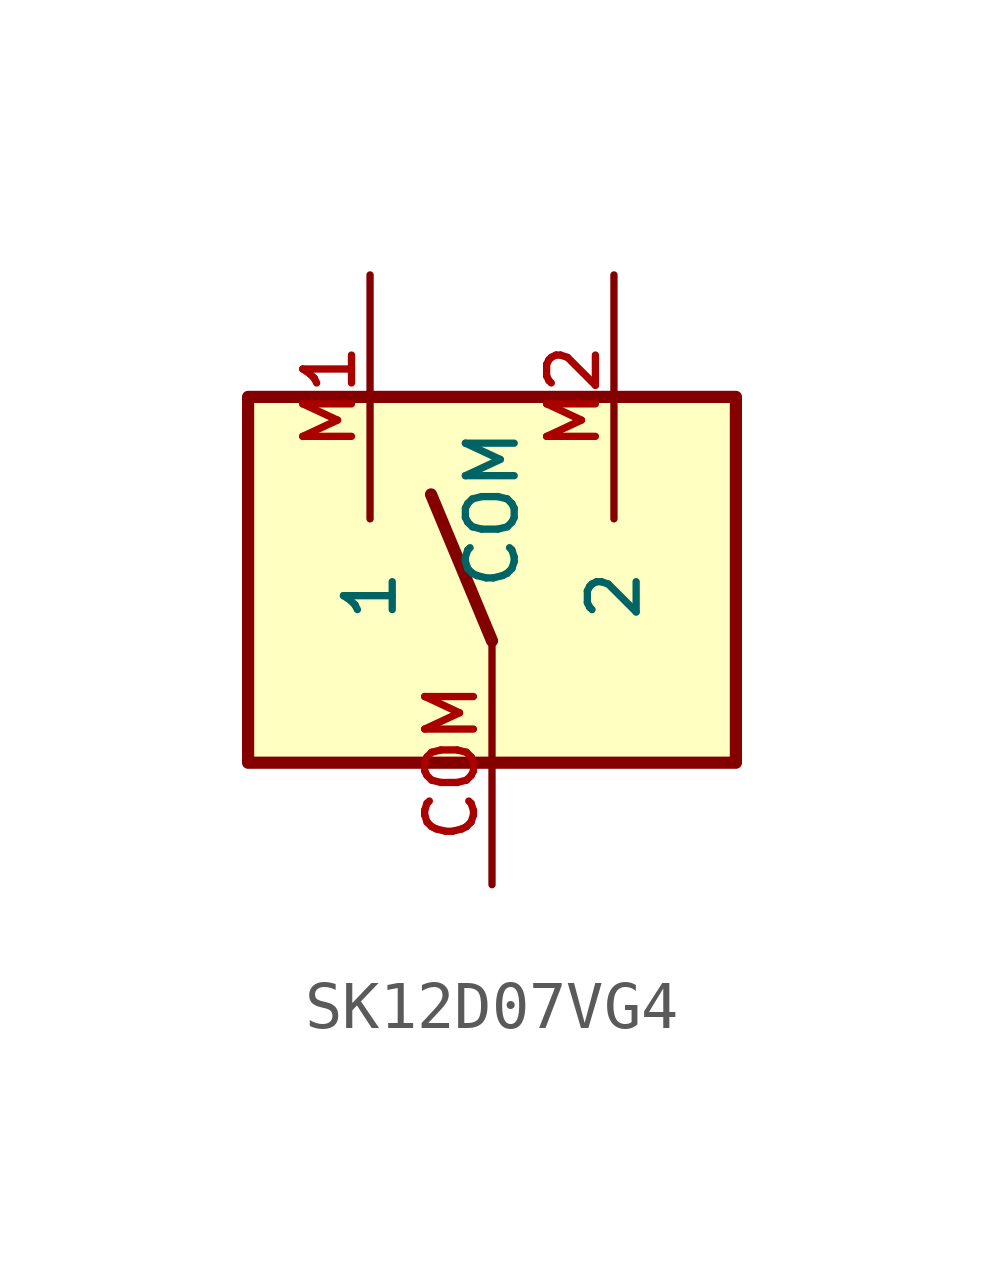
<source format=kicad_sym>
(kicad_symbol_lib
  (version 20231120)
  (generator "kicad_symbol_editor")
  (generator_version "8.0")
  (symbol "SK12D07VG4"
    (pin_names
      (offset 1.016))
    (property "Reference" "U"
      (at 0 0 0)
      (effects (font (size 1.27 1.27)) (justify left bottom) (hide yes)))
    (property "ki_locked" ""
      (at 0 0 0)
      (effects (font (size 1.27 1.27))))
    (symbol "SK12D07VG4_0_0"
      (rectangle (start -5.08 5.08) (end 5.08 -2.54) (stroke (width 0.254) (type default)) (fill (type background)))
      (polyline (pts (xy 0 0) (xy -1.27 3.048)) (stroke (width 0.254) (type default)) (fill (type none)))
      (pin bidirectional line (at 0 -5.08 90) (length 5.08) (name "COM" (effects (font (size 1.016 1.016)))) (number "COM" (effects (font (size 1.016 1.016))))))
    (symbol "SK12D07VG4_1_0"
      (pin bidirectional line (at -2.54 7.62 270) (length 5.08) (name "1" (effects (font (size 1.016 1.016)))) (number "M1" (effects (font (size 1.016 1.016)))))
      (pin bidirectional line (at 2.54 7.62 270) (length 5.08) (name "2" (effects (font (size 1.016 1.016)))) (number "M2" (effects (font (size 1.016 1.016))))))))
</source>
